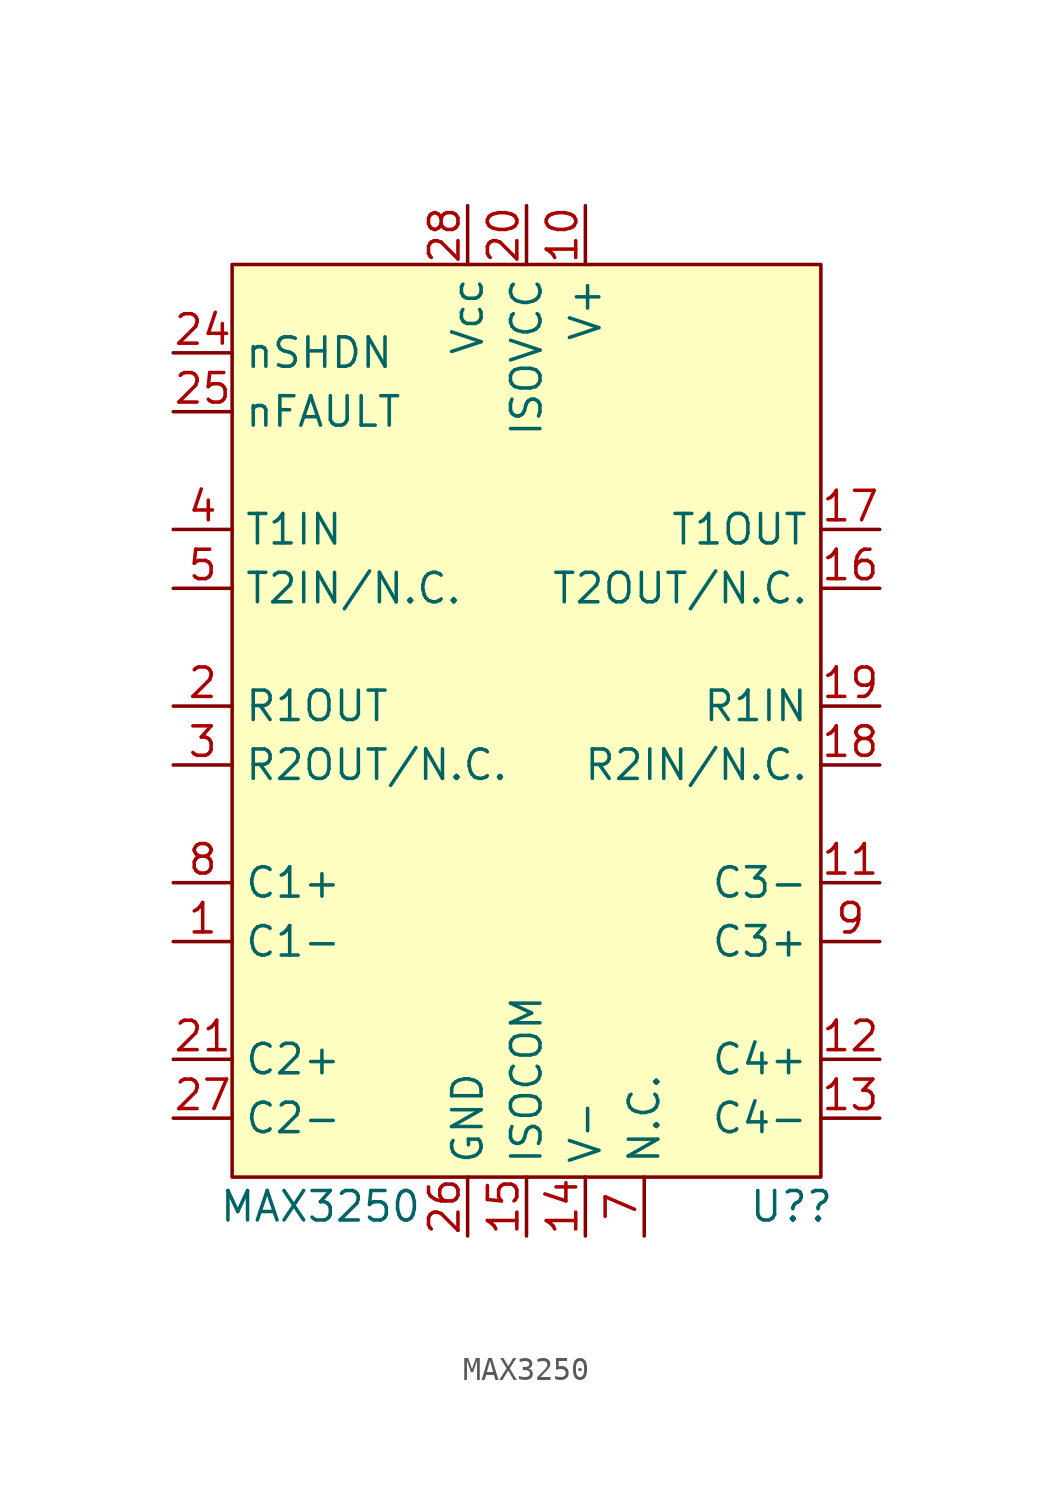
<source format=kicad_sym>
(kicad_symbol_lib
  (version 20220914)
  (generator kicad_symbol_editor)
  (symbol "MAX3250"
    (property "Reference" "U?"
      (at 11.43 -16.51 0)
      (effects (font (size 1.27 1.27))))
    (property "Value" "MAX3250"
      (at -8.89 -16.51 0)
      (effects (font (size 1.27 1.27))))
    (symbol "MAX3250_0_1"
      (rectangle (start -12.7 24.13) (end 12.7 -15.24) (stroke (width 0) (type default)) (fill (type background))))
    (symbol "MAX3250_1_1"
      (pin passive line (at -15.24 -5.08 0) (length 2.54) (name "C1-" (effects (font (size 1.27 1.27)))) (number "1" (effects (font (size 1.27 1.27)))))
      (pin power_in line (at 2.54 26.67 270) (length 2.54) (name "V+" (effects (font (size 1.27 1.27)))) (number "10" (effects (font (size 1.27 1.27)))))
      (pin passive line (at 15.24 -2.54 180) (length 2.54) (name "C3-" (effects (font (size 1.27 1.27)))) (number "11" (effects (font (size 1.27 1.27)))))
      (pin passive line (at 15.24 -10.16 180) (length 2.54) (name "C4+" (effects (font (size 1.27 1.27)))) (number "12" (effects (font (size 1.27 1.27)))))
      (pin passive line (at 15.24 -12.7 180) (length 2.54) (name "C4-" (effects (font (size 1.27 1.27)))) (number "13" (effects (font (size 1.27 1.27)))))
      (pin power_in line (at 2.54 -17.78 90) (length 2.54) (name "V-" (effects (font (size 1.27 1.27)))) (number "14" (effects (font (size 1.27 1.27)))))
      (pin bidirectional line (at 0 -17.78 90) (length 2.54) (name "ISOCOM" (effects (font (size 1.27 1.27)))) (number "15" (effects (font (size 1.27 1.27)))))
      (pin output line (at 15.24 10.16 180) (length 2.54) (name "T2OUT/N.C." (effects (font (size 1.27 1.27)))) (number "16" (effects (font (size 1.27 1.27)))))
      (pin output line (at 15.24 12.7 180) (length 2.54) (name "T1OUT" (effects (font (size 1.27 1.27)))) (number "17" (effects (font (size 1.27 1.27)))))
      (pin input line (at 15.24 2.54 180) (length 2.54) (name "R2IN/N.C." (effects (font (size 1.27 1.27)))) (number "18" (effects (font (size 1.27 1.27)))))
      (pin input line (at 15.24 5.08 180) (length 2.54) (name "R1IN" (effects (font (size 1.27 1.27)))) (number "19" (effects (font (size 1.27 1.27)))))
      (pin output line (at -15.24 5.08 0) (length 2.54) (name "R1OUT" (effects (font (size 1.27 1.27)))) (number "2" (effects (font (size 1.27 1.27)))))
      (pin power_in line (at 0 26.67 270) (length 2.54) (name "ISOVCC" (effects (font (size 1.27 1.27)))) (number "20" (effects (font (size 1.27 1.27)))))
      (pin passive line (at -15.24 -10.16 0) (length 2.54) (name "C2+" (effects (font (size 1.27 1.27)))) (number "21" (effects (font (size 1.27 1.27)))))
      (pin input line (at -15.24 20.32 0) (length 2.54) (name "nSHDN" (effects (font (size 1.27 1.27)))) (number "24" (effects (font (size 1.27 1.27)))))
      (pin input line (at -15.24 17.78 0) (length 2.54) (name "nFAULT" (effects (font (size 1.27 1.27)))) (number "25" (effects (font (size 1.27 1.27)))))
      (pin power_in line (at -2.54 -17.78 90) (length 2.54) (name "GND" (effects (font (size 1.27 1.27)))) (number "26" (effects (font (size 1.27 1.27)))))
      (pin passive line (at -15.24 -12.7 0) (length 2.54) (name "C2-" (effects (font (size 1.27 1.27)))) (number "27" (effects (font (size 1.27 1.27)))))
      (pin power_in line (at -2.54 26.67 270) (length 2.54) (name "Vcc" (effects (font (size 1.27 1.27)))) (number "28" (effects (font (size 1.27 1.27)))))
      (pin output line (at -15.24 2.54 0) (length 2.54) (name "R2OUT/N.C." (effects (font (size 1.27 1.27)))) (number "3" (effects (font (size 1.27 1.27)))))
      (pin input line (at -15.24 12.7 0) (length 2.54) (name "T1IN" (effects (font (size 1.27 1.27)))) (number "4" (effects (font (size 1.27 1.27)))))
      (pin input line (at -15.24 10.16 0) (length 2.54) (name "T2IN/N.C." (effects (font (size 1.27 1.27)))) (number "5" (effects (font (size 1.27 1.27)))))
      (pin free line (at 5.08 -17.78 90) (length 2.54) (name "N.C." (effects (font (size 1.27 1.27)))) (number "7" (effects (font (size 1.27 1.27)))))
      (pin passive line (at -15.24 -2.54 0) (length 2.54) (name "C1+" (effects (font (size 1.27 1.27)))) (number "8" (effects (font (size 1.27 1.27)))))
      (pin passive line (at 15.24 -5.08 180) (length 2.54) (name "C3+" (effects (font (size 1.27 1.27)))) (number "9" (effects (font (size 1.27 1.27))))))))
</source>
